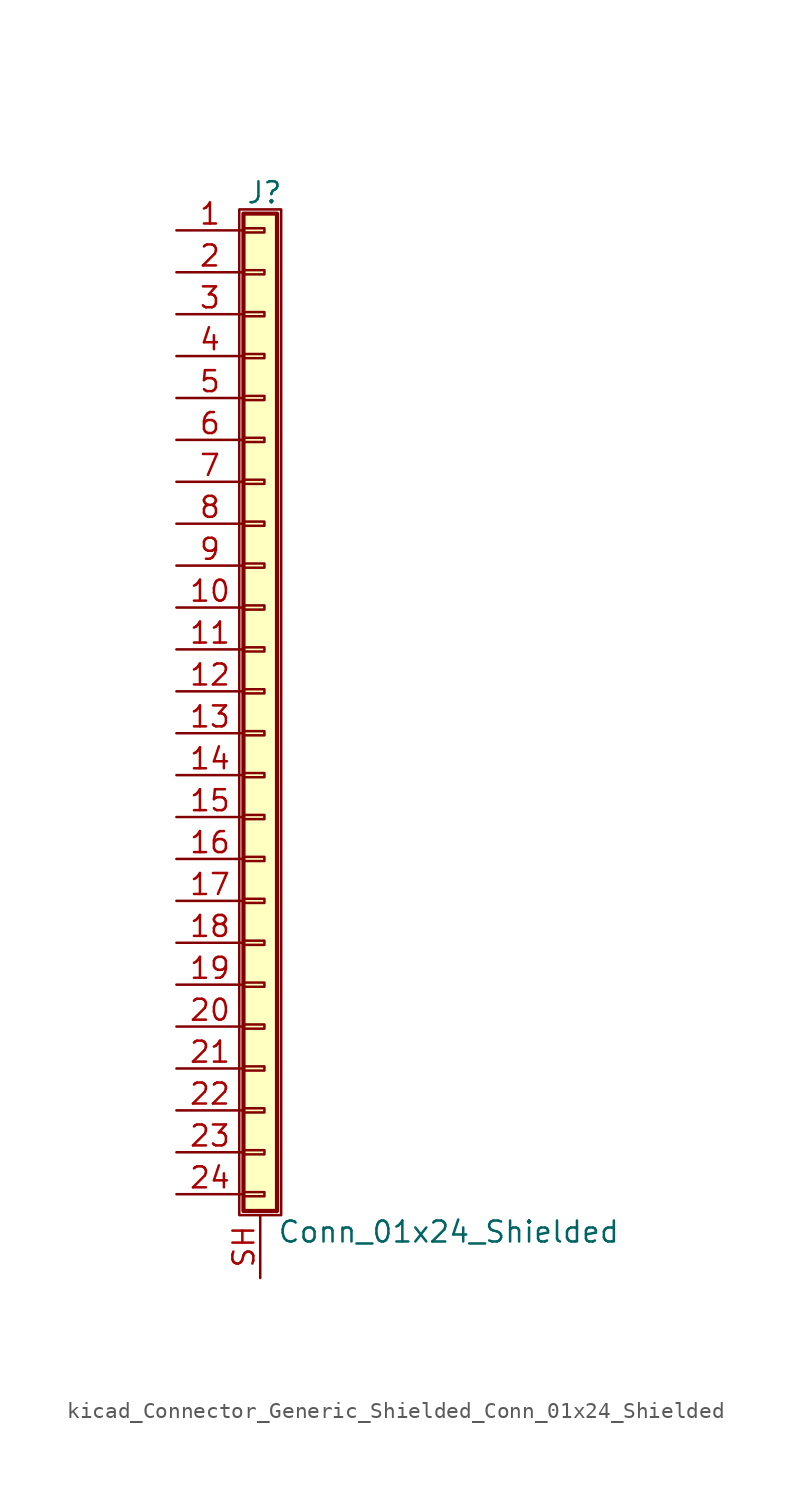
<source format=kicad_sym>
(kicad_symbol_lib
  (version 20220914)
  (generator kicad_symbol_editor)
  (symbol "kicad_Connector_Generic_Shielded_Conn_01x24_Shielded"
    (pin_names
      (offset 1.016) hide)
    (property "Reference" "J"
      (at 0.254 30.226 0)
      (effects (font (size 1.27 1.27))))
    (property "Value" "Conn_01x24_Shielded"
      (at 1.016 -32.766 0)
      (effects (font (size 1.27 1.27)) (justify left)))
    (symbol "kicad_Connector_Generic_Shielded_Conn_01x24_Shielded_1_1"
      (rectangle (start -1.27 29.21) (end 1.27 -31.75) (stroke (width 0.152) (type default)) (fill (type none)))
      (rectangle (start -1.016 -30.353) (end 0.254 -30.607) (stroke (width 0.152) (type default)) (fill (type none)))
      (rectangle (start -1.016 -27.813) (end 0.254 -28.067) (stroke (width 0.152) (type default)) (fill (type none)))
      (rectangle (start -1.016 -25.273) (end 0.254 -25.527) (stroke (width 0.152) (type default)) (fill (type none)))
      (rectangle (start -1.016 -22.733) (end 0.254 -22.987) (stroke (width 0.152) (type default)) (fill (type none)))
      (rectangle (start -1.016 -20.193) (end 0.254 -20.447) (stroke (width 0.152) (type default)) (fill (type none)))
      (rectangle (start -1.016 -17.653) (end 0.254 -17.907) (stroke (width 0.152) (type default)) (fill (type none)))
      (rectangle (start -1.016 -15.113) (end 0.254 -15.367) (stroke (width 0.152) (type default)) (fill (type none)))
      (rectangle (start -1.016 -12.573) (end 0.254 -12.827) (stroke (width 0.152) (type default)) (fill (type none)))
      (rectangle (start -1.016 -10.033) (end 0.254 -10.287) (stroke (width 0.152) (type default)) (fill (type none)))
      (rectangle (start -1.016 -7.493) (end 0.254 -7.747) (stroke (width 0.152) (type default)) (fill (type none)))
      (rectangle (start -1.016 -4.953) (end 0.254 -5.207) (stroke (width 0.152) (type default)) (fill (type none)))
      (rectangle (start -1.016 -2.413) (end 0.254 -2.667) (stroke (width 0.152) (type default)) (fill (type none)))
      (rectangle (start -1.016 0.127) (end 0.254 -0.127) (stroke (width 0.152) (type default)) (fill (type none)))
      (rectangle (start -1.016 2.667) (end 0.254 2.413) (stroke (width 0.152) (type default)) (fill (type none)))
      (rectangle (start -1.016 5.207) (end 0.254 4.953) (stroke (width 0.152) (type default)) (fill (type none)))
      (rectangle (start -1.016 7.747) (end 0.254 7.493) (stroke (width 0.152) (type default)) (fill (type none)))
      (rectangle (start -1.016 10.287) (end 0.254 10.033) (stroke (width 0.152) (type default)) (fill (type none)))
      (rectangle (start -1.016 12.827) (end 0.254 12.573) (stroke (width 0.152) (type default)) (fill (type none)))
      (rectangle (start -1.016 15.367) (end 0.254 15.113) (stroke (width 0.152) (type default)) (fill (type none)))
      (rectangle (start -1.016 17.907) (end 0.254 17.653) (stroke (width 0.152) (type default)) (fill (type none)))
      (rectangle (start -1.016 20.447) (end 0.254 20.193) (stroke (width 0.152) (type default)) (fill (type none)))
      (rectangle (start -1.016 22.987) (end 0.254 22.733) (stroke (width 0.152) (type default)) (fill (type none)))
      (rectangle (start -1.016 25.527) (end 0.254 25.273) (stroke (width 0.152) (type default)) (fill (type none)))
      (rectangle (start -1.016 28.067) (end 0.254 27.813) (stroke (width 0.152) (type default)) (fill (type none)))
      (rectangle (start -1.016 28.956) (end 1.016 -31.496) (stroke (width 0.254) (type default)) (fill (type background)))
      (pin passive line (at -5.08 27.94 0) (length 4.064) (name "Pin_1" (effects (font (size 1.27 1.27)))) (number "1" (effects (font (size 1.27 1.27)))))
      (pin passive line (at -5.08 5.08 0) (length 4.064) (name "Pin_10" (effects (font (size 1.27 1.27)))) (number "10" (effects (font (size 1.27 1.27)))))
      (pin passive line (at -5.08 2.54 0) (length 4.064) (name "Pin_11" (effects (font (size 1.27 1.27)))) (number "11" (effects (font (size 1.27 1.27)))))
      (pin passive line (at -5.08 0 0) (length 4.064) (name "Pin_12" (effects (font (size 1.27 1.27)))) (number "12" (effects (font (size 1.27 1.27)))))
      (pin passive line (at -5.08 -2.54 0) (length 4.064) (name "Pin_13" (effects (font (size 1.27 1.27)))) (number "13" (effects (font (size 1.27 1.27)))))
      (pin passive line (at -5.08 -5.08 0) (length 4.064) (name "Pin_14" (effects (font (size 1.27 1.27)))) (number "14" (effects (font (size 1.27 1.27)))))
      (pin passive line (at -5.08 -7.62 0) (length 4.064) (name "Pin_15" (effects (font (size 1.27 1.27)))) (number "15" (effects (font (size 1.27 1.27)))))
      (pin passive line (at -5.08 -10.16 0) (length 4.064) (name "Pin_16" (effects (font (size 1.27 1.27)))) (number "16" (effects (font (size 1.27 1.27)))))
      (pin passive line (at -5.08 -12.7 0) (length 4.064) (name "Pin_17" (effects (font (size 1.27 1.27)))) (number "17" (effects (font (size 1.27 1.27)))))
      (pin passive line (at -5.08 -15.24 0) (length 4.064) (name "Pin_18" (effects (font (size 1.27 1.27)))) (number "18" (effects (font (size 1.27 1.27)))))
      (pin passive line (at -5.08 -17.78 0) (length 4.064) (name "Pin_19" (effects (font (size 1.27 1.27)))) (number "19" (effects (font (size 1.27 1.27)))))
      (pin passive line (at -5.08 25.4 0) (length 4.064) (name "Pin_2" (effects (font (size 1.27 1.27)))) (number "2" (effects (font (size 1.27 1.27)))))
      (pin passive line (at -5.08 -20.32 0) (length 4.064) (name "Pin_20" (effects (font (size 1.27 1.27)))) (number "20" (effects (font (size 1.27 1.27)))))
      (pin passive line (at -5.08 -22.86 0) (length 4.064) (name "Pin_21" (effects (font (size 1.27 1.27)))) (number "21" (effects (font (size 1.27 1.27)))))
      (pin passive line (at -5.08 -25.4 0) (length 4.064) (name "Pin_22" (effects (font (size 1.27 1.27)))) (number "22" (effects (font (size 1.27 1.27)))))
      (pin passive line (at -5.08 -27.94 0) (length 4.064) (name "Pin_23" (effects (font (size 1.27 1.27)))) (number "23" (effects (font (size 1.27 1.27)))))
      (pin passive line (at -5.08 -30.48 0) (length 4.064) (name "Pin_24" (effects (font (size 1.27 1.27)))) (number "24" (effects (font (size 1.27 1.27)))))
      (pin passive line (at -5.08 22.86 0) (length 4.064) (name "Pin_3" (effects (font (size 1.27 1.27)))) (number "3" (effects (font (size 1.27 1.27)))))
      (pin passive line (at -5.08 20.32 0) (length 4.064) (name "Pin_4" (effects (font (size 1.27 1.27)))) (number "4" (effects (font (size 1.27 1.27)))))
      (pin passive line (at -5.08 17.78 0) (length 4.064) (name "Pin_5" (effects (font (size 1.27 1.27)))) (number "5" (effects (font (size 1.27 1.27)))))
      (pin passive line (at -5.08 15.24 0) (length 4.064) (name "Pin_6" (effects (font (size 1.27 1.27)))) (number "6" (effects (font (size 1.27 1.27)))))
      (pin passive line (at -5.08 12.7 0) (length 4.064) (name "Pin_7" (effects (font (size 1.27 1.27)))) (number "7" (effects (font (size 1.27 1.27)))))
      (pin passive line (at -5.08 10.16 0) (length 4.064) (name "Pin_8" (effects (font (size 1.27 1.27)))) (number "8" (effects (font (size 1.27 1.27)))))
      (pin passive line (at -5.08 7.62 0) (length 4.064) (name "Pin_9" (effects (font (size 1.27 1.27)))) (number "9" (effects (font (size 1.27 1.27)))))
      (pin passive line (at 0 -35.56 90) (length 3.81) (name "Shield" (effects (font (size 1.27 1.27)))) (number "SH" (effects (font (size 1.27 1.27))))))))
</source>
